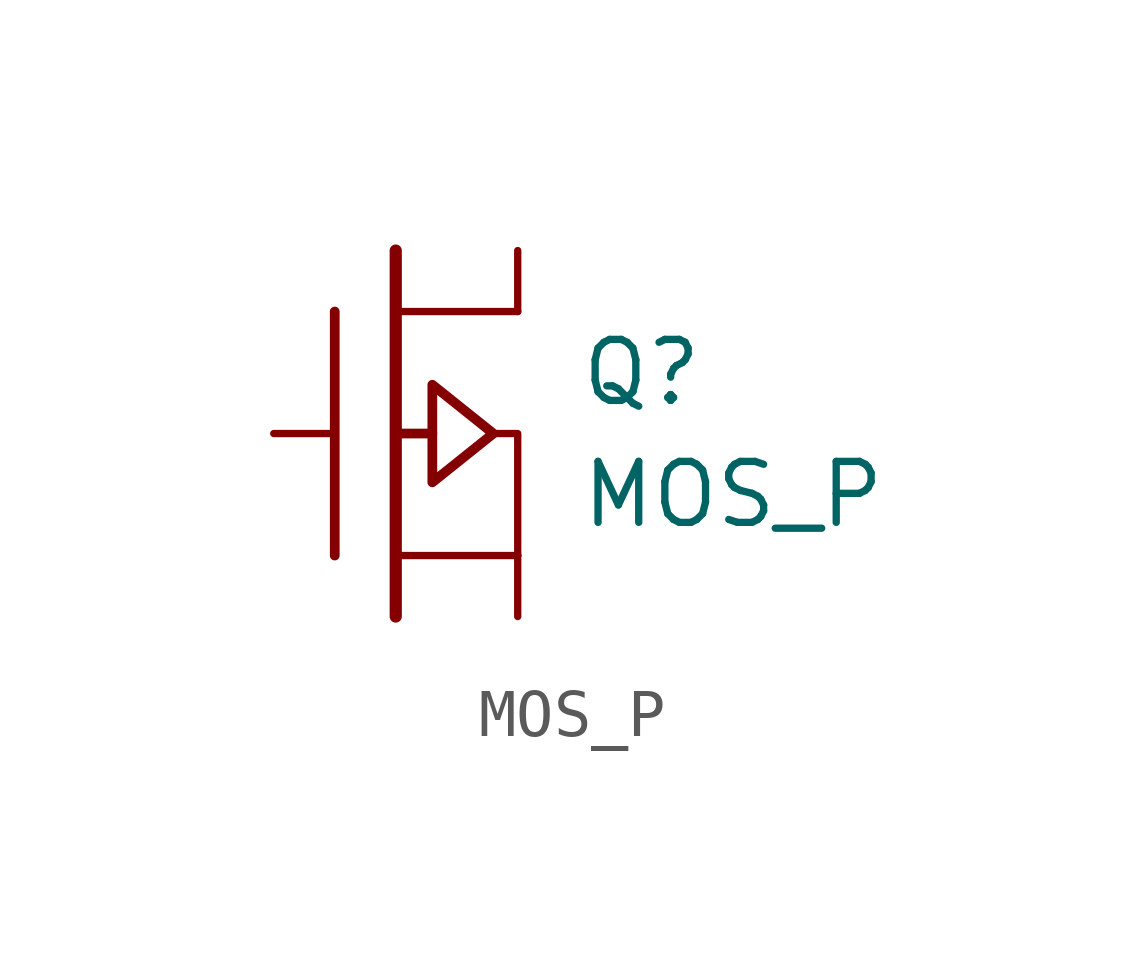
<source format=kicad_sym>
(kicad_symbol_lib
  (version 20211014)
  (generator kicad_symbol_editor)
  (symbol "MOS_P"
    (pin_numbers hide)
    (pin_names
      (offset 0) hide)
    (property "Reference" "Q"
      (at 3.81 1.27 0)
      (effects (font (size 1.27 1.27)) (justify left)))
    (property "Value" "MOS_P"
      (at 3.81 -1.27 0)
      (effects (font (size 1.27 1.27)) (justify left)))
    (symbol "MOS_P_0_1"
      (polyline (pts (xy -1.27 -2.54) (xy -1.27 2.54)) (stroke (width 0.203) (type default) (color 0 0 0 0)) (fill (type none)))
      (polyline (pts (xy 0 -3.81) (xy 0 3.81)) (stroke (width 0.254) (type default) (color 0 0 0 0)) (fill (type none)))
      (polyline (pts (xy 0.762 0) (xy 0 0)) (stroke (width 0.203) (type default) (color 0 0 0 0)) (fill (type none)))
      (polyline (pts (xy 2.54 -2.54) (xy 0 -2.54)) (stroke (width 0) (type default) (color 0 0 0 0)) (fill (type none)))
      (polyline (pts (xy 2.54 2.54) (xy 0 2.54)) (stroke (width 0) (type default) (color 0 0 0 0)) (fill (type none)))
      (polyline (pts (xy 2.032 0) (xy 2.54 0) (xy 2.54 -2.54)) (stroke (width 0) (type default) (color 0 0 0 0)) (fill (type none)))
      (polyline (pts (xy 0.762 1.016) (xy 0.762 -1.016) (xy 2.032 0) (xy 0.762 1.016) (xy 0.762 1.016)) (stroke (width 0.203) (type default) (color 0 0 0 0)) (fill (type none))))
    (symbol "MOS_P_1_1"
      (pin passive line (at 2.54 3.81 270) (length 1.27) (name "D" (effects (font (size 1.27 1.27)))) (number "D" (effects (font (size 1.27 1.27)))))
      (pin input line (at -2.54 0 0) (length 1.27) (name "G" (effects (font (size 1.27 1.27)))) (number "G" (effects (font (size 1.27 1.27)))))
      (pin passive line (at 2.54 -3.81 90) (length 1.27) (name "S" (effects (font (size 1.27 1.27)))) (number "S" (effects (font (size 1.27 1.27))))))))
</source>
